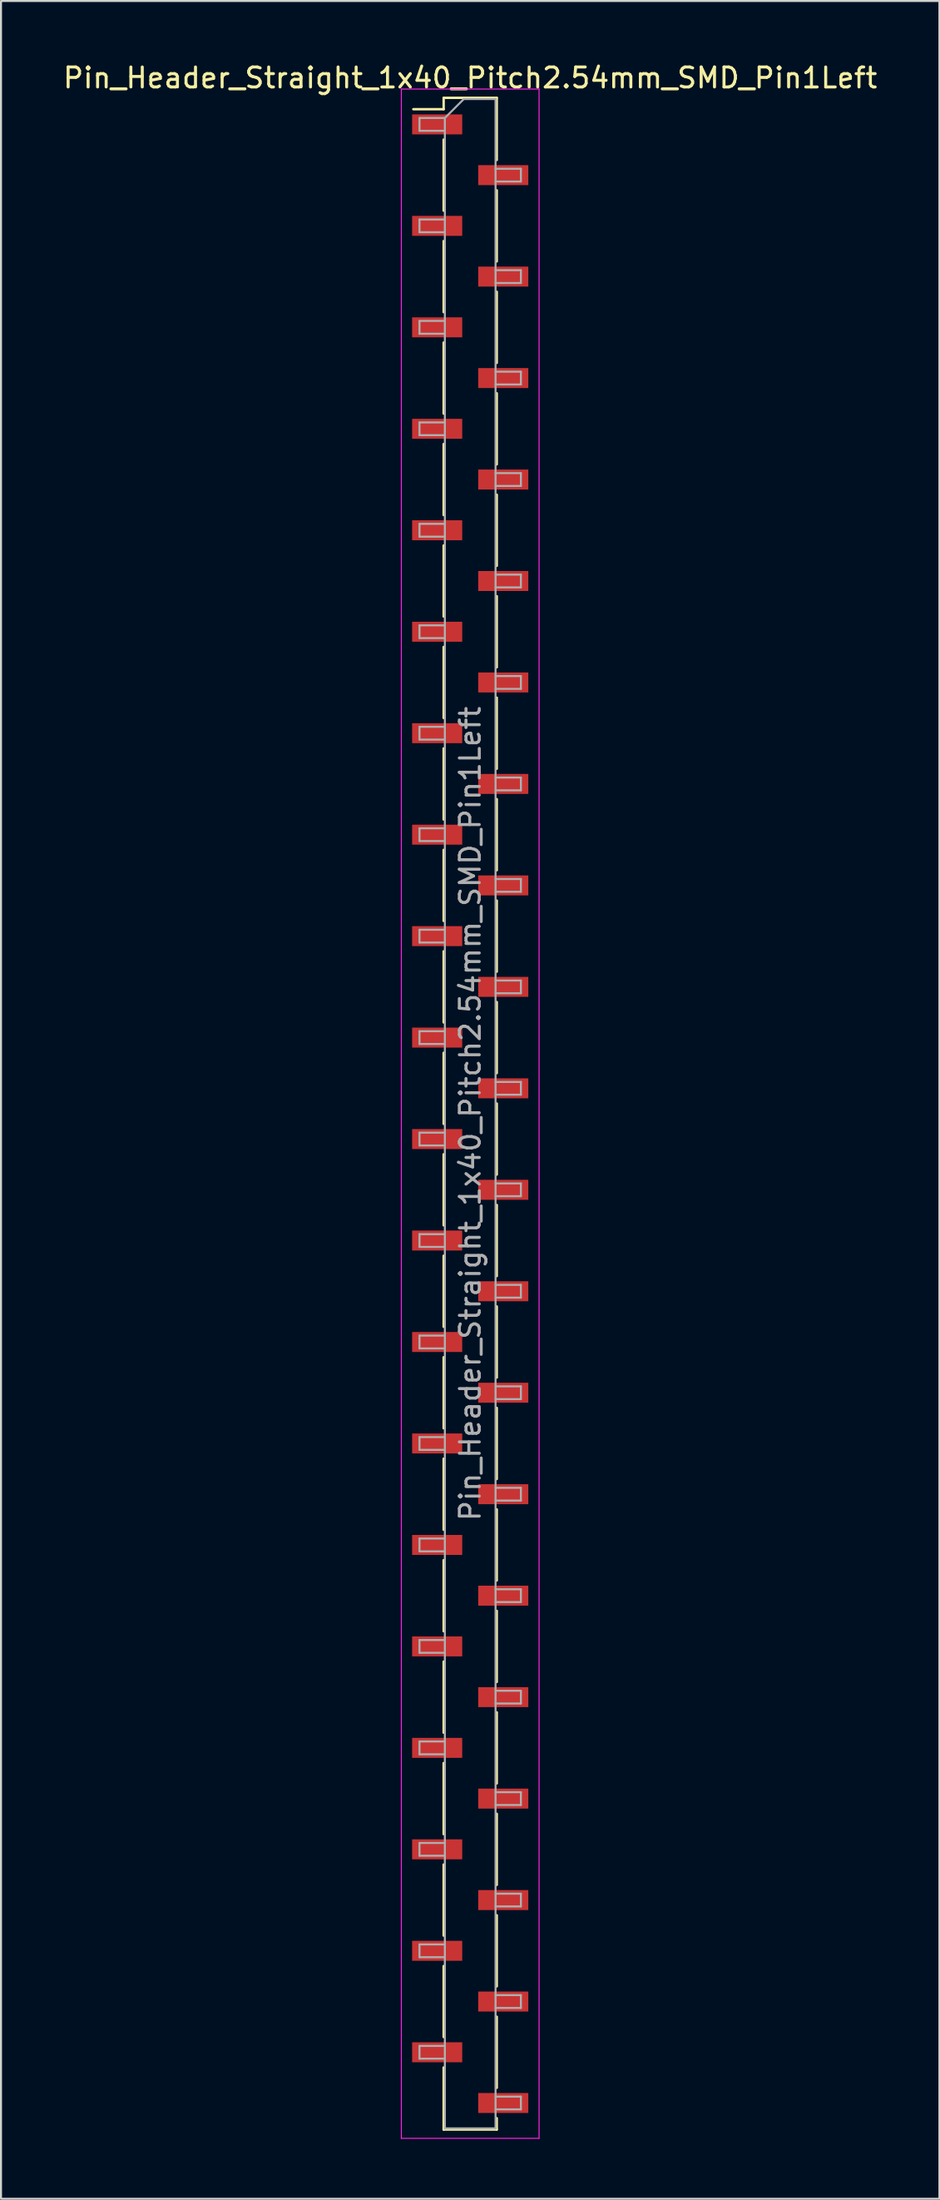
<source format=kicad_pcb>
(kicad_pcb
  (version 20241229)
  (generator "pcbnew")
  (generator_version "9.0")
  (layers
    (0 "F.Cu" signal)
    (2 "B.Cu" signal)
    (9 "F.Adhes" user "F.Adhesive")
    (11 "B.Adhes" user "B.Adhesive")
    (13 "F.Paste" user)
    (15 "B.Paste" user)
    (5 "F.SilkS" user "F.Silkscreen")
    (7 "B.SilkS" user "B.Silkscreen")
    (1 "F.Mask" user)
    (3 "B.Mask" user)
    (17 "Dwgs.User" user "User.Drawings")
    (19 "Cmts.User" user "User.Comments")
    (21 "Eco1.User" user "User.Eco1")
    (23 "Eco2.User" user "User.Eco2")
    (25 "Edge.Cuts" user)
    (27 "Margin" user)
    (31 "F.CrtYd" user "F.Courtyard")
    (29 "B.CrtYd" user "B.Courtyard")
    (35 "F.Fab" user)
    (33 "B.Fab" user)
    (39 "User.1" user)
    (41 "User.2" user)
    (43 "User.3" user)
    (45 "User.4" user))
  (footprint "Pin_Header_Straight_1x40_Pitch2.54mm_SMD_Pin1Left"
    (layer "F.Cu")
    (at 20.506 52.708)
    (property "Reference" "Pin_Header_Straight_1x40_Pitch2.54mm_SMD_Pin1Left" (at 0 -51.86 0) (layer "F.SilkS") (effects (font (size 1 1) (thickness 0.15))))
    (attr smd)
    (fp_line (start -1.33 -50.86) (end -1.33 -50.29) (stroke (width 0.12) (type solid)) (layer "F.SilkS"))
    (fp_line (start -1.33 -50.86) (end 1.33 -50.86) (stroke (width 0.12) (type solid)) (layer "F.SilkS"))
    (fp_line (start -1.33 -50.29) (end -2.85 -50.29) (stroke (width 0.12) (type solid)) (layer "F.SilkS"))
    (fp_line (start -1.33 -48.77) (end -1.33 -45.21) (stroke (width 0.12) (type solid)) (layer "F.SilkS"))
    (fp_line (start -1.33 -43.69) (end -1.33 -40.13) (stroke (width 0.12) (type solid)) (layer "F.SilkS"))
    (fp_line (start -1.33 -38.61) (end -1.33 -35.05) (stroke (width 0.12) (type solid)) (layer "F.SilkS"))
    (fp_line (start -1.33 -33.53) (end -1.33 -29.97) (stroke (width 0.12) (type solid)) (layer "F.SilkS"))
    (fp_line (start -1.33 -28.45) (end -1.33 -24.89) (stroke (width 0.12) (type solid)) (layer "F.SilkS"))
    (fp_line (start -1.33 -23.37) (end -1.33 -19.81) (stroke (width 0.12) (type solid)) (layer "F.SilkS"))
    (fp_line (start -1.33 -18.29) (end -1.33 -14.73) (stroke (width 0.12) (type solid)) (layer "F.SilkS"))
    (fp_line (start -1.33 -13.21) (end -1.33 -9.65) (stroke (width 0.12) (type solid)) (layer "F.SilkS"))
    (fp_line (start -1.33 -8.13) (end -1.33 -4.57) (stroke (width 0.12) (type solid)) (layer "F.SilkS"))
    (fp_line (start -1.33 -3.05) (end -1.33 0.51) (stroke (width 0.12) (type solid)) (layer "F.SilkS"))
    (fp_line (start -1.33 2.03) (end -1.33 5.59) (stroke (width 0.12) (type solid)) (layer "F.SilkS"))
    (fp_line (start -1.33 7.11) (end -1.33 10.67) (stroke (width 0.12) (type solid)) (layer "F.SilkS"))
    (fp_line (start -1.33 12.19) (end -1.33 15.75) (stroke (width 0.12) (type solid)) (layer "F.SilkS"))
    (fp_line (start -1.33 17.27) (end -1.33 20.83) (stroke (width 0.12) (type solid)) (layer "F.SilkS"))
    (fp_line (start -1.33 22.35) (end -1.33 25.91) (stroke (width 0.12) (type solid)) (layer "F.SilkS"))
    (fp_line (start -1.33 27.43) (end -1.33 30.99) (stroke (width 0.12) (type solid)) (layer "F.SilkS"))
    (fp_line (start -1.33 32.51) (end -1.33 36.07) (stroke (width 0.12) (type solid)) (layer "F.SilkS"))
    (fp_line (start -1.33 37.59) (end -1.33 41.15) (stroke (width 0.12) (type solid)) (layer "F.SilkS"))
    (fp_line (start -1.33 42.67) (end -1.33 46.23) (stroke (width 0.12) (type solid)) (layer "F.SilkS"))
    (fp_line (start -1.33 47.75) (end -1.33 50.86) (stroke (width 0.12) (type solid)) (layer "F.SilkS"))
    (fp_line (start -1.33 50.86) (end 1.33 50.86) (stroke (width 0.12) (type solid)) (layer "F.SilkS"))
    (fp_line (start 1.33 -50.86) (end 1.33 -47.75) (stroke (width 0.12) (type solid)) (layer "F.SilkS"))
    (fp_line (start 1.33 -46.23) (end 1.33 -42.67) (stroke (width 0.12) (type solid)) (layer "F.SilkS"))
    (fp_line (start 1.33 -41.15) (end 1.33 -37.59) (stroke (width 0.12) (type solid)) (layer "F.SilkS"))
    (fp_line (start 1.33 -36.07) (end 1.33 -32.51) (stroke (width 0.12) (type solid)) (layer "F.SilkS"))
    (fp_line (start 1.33 -30.99) (end 1.33 -27.43) (stroke (width 0.12) (type solid)) (layer "F.SilkS"))
    (fp_line (start 1.33 -25.91) (end 1.33 -22.35) (stroke (width 0.12) (type solid)) (layer "F.SilkS"))
    (fp_line (start 1.33 -20.83) (end 1.33 -17.27) (stroke (width 0.12) (type solid)) (layer "F.SilkS"))
    (fp_line (start 1.33 -15.75) (end 1.33 -12.19) (stroke (width 0.12) (type solid)) (layer "F.SilkS"))
    (fp_line (start 1.33 -10.67) (end 1.33 -7.11) (stroke (width 0.12) (type solid)) (layer "F.SilkS"))
    (fp_line (start 1.33 -5.59) (end 1.33 -2.03) (stroke (width 0.12) (type solid)) (layer "F.SilkS"))
    (fp_line (start 1.33 -0.51) (end 1.33 3.05) (stroke (width 0.12) (type solid)) (layer "F.SilkS"))
    (fp_line (start 1.33 4.57) (end 1.33 8.13) (stroke (width 0.12) (type solid)) (layer "F.SilkS"))
    (fp_line (start 1.33 9.65) (end 1.33 13.21) (stroke (width 0.12) (type solid)) (layer "F.SilkS"))
    (fp_line (start 1.33 14.73) (end 1.33 18.29) (stroke (width 0.12) (type solid)) (layer "F.SilkS"))
    (fp_line (start 1.33 19.81) (end 1.33 23.37) (stroke (width 0.12) (type solid)) (layer "F.SilkS"))
    (fp_line (start 1.33 24.89) (end 1.33 28.45) (stroke (width 0.12) (type solid)) (layer "F.SilkS"))
    (fp_line (start 1.33 29.97) (end 1.33 33.53) (stroke (width 0.12) (type solid)) (layer "F.SilkS"))
    (fp_line (start 1.33 35.05) (end 1.33 38.61) (stroke (width 0.12) (type solid)) (layer "F.SilkS"))
    (fp_line (start 1.33 40.13) (end 1.33 43.69) (stroke (width 0.12) (type solid)) (layer "F.SilkS"))
    (fp_line (start 1.33 45.21) (end 1.33 48.77) (stroke (width 0.12) (type solid)) (layer "F.SilkS"))
    (fp_line (start 1.33 50.29) (end 1.33 50.86) (stroke (width 0.12) (type solid)) (layer "F.SilkS"))
    (fp_line (start -3.45 -51.3) (end -3.45 51.3) (stroke (width 0.05) (type solid)) (layer "F.CrtYd"))
    (fp_line (start -3.45 51.3) (end 3.45 51.3) (stroke (width 0.05) (type solid)) (layer "F.CrtYd"))
    (fp_line (start 3.45 -51.3) (end -3.45 -51.3) (stroke (width 0.05) (type solid)) (layer "F.CrtYd"))
    (fp_line (start 3.45 51.3) (end 3.45 -51.3) (stroke (width 0.05) (type solid)) (layer "F.CrtYd"))
    (fp_line (start -2.54 -49.85) (end -2.54 -49.21) (stroke (width 0.1) (type solid)) (layer "F.Fab"))
    (fp_line (start -2.54 -49.21) (end -1.27 -49.21) (stroke (width 0.1) (type solid)) (layer "F.Fab"))
    (fp_line (start -2.54 -44.77) (end -2.54 -44.13) (stroke (width 0.1) (type solid)) (layer "F.Fab"))
    (fp_line (start -2.54 -44.13) (end -1.27 -44.13) (stroke (width 0.1) (type solid)) (layer "F.Fab"))
    (fp_line (start -2.54 -39.69) (end -2.54 -39.05) (stroke (width 0.1) (type solid)) (layer "F.Fab"))
    (fp_line (start -2.54 -39.05) (end -1.27 -39.05) (stroke (width 0.1) (type solid)) (layer "F.Fab"))
    (fp_line (start -2.54 -34.61) (end -2.54 -33.97) (stroke (width 0.1) (type solid)) (layer "F.Fab"))
    (fp_line (start -2.54 -33.97) (end -1.27 -33.97) (stroke (width 0.1) (type solid)) (layer "F.Fab"))
    (fp_line (start -2.54 -29.53) (end -2.54 -28.89) (stroke (width 0.1) (type solid)) (layer "F.Fab"))
    (fp_line (start -2.54 -28.89) (end -1.27 -28.89) (stroke (width 0.1) (type solid)) (layer "F.Fab"))
    (fp_line (start -2.54 -24.45) (end -2.54 -23.81) (stroke (width 0.1) (type solid)) (layer "F.Fab"))
    (fp_line (start -2.54 -23.81) (end -1.27 -23.81) (stroke (width 0.1) (type solid)) (layer "F.Fab"))
    (fp_line (start -2.54 -19.37) (end -2.54 -18.73) (stroke (width 0.1) (type solid)) (layer "F.Fab"))
    (fp_line (start -2.54 -18.73) (end -1.27 -18.73) (stroke (width 0.1) (type solid)) (layer "F.Fab"))
    (fp_line (start -2.54 -14.29) (end -2.54 -13.65) (stroke (width 0.1) (type solid)) (layer "F.Fab"))
    (fp_line (start -2.54 -13.65) (end -1.27 -13.65) (stroke (width 0.1) (type solid)) (layer "F.Fab"))
    (fp_line (start -2.54 -9.21) (end -2.54 -8.57) (stroke (width 0.1) (type solid)) (layer "F.Fab"))
    (fp_line (start -2.54 -8.57) (end -1.27 -8.57) (stroke (width 0.1) (type solid)) (layer "F.Fab"))
    (fp_line (start -2.54 -4.13) (end -2.54 -3.49) (stroke (width 0.1) (type solid)) (layer "F.Fab"))
    (fp_line (start -2.54 -3.49) (end -1.27 -3.49) (stroke (width 0.1) (type solid)) (layer "F.Fab"))
    (fp_line (start -2.54 0.95) (end -2.54 1.59) (stroke (width 0.1) (type solid)) (layer "F.Fab"))
    (fp_line (start -2.54 1.59) (end -1.27 1.59) (stroke (width 0.1) (type solid)) (layer "F.Fab"))
    (fp_line (start -2.54 6.03) (end -2.54 6.67) (stroke (width 0.1) (type solid)) (layer "F.Fab"))
    (fp_line (start -2.54 6.67) (end -1.27 6.67) (stroke (width 0.1) (type solid)) (layer "F.Fab"))
    (fp_line (start -2.54 11.11) (end -2.54 11.75) (stroke (width 0.1) (type solid)) (layer "F.Fab"))
    (fp_line (start -2.54 11.75) (end -1.27 11.75) (stroke (width 0.1) (type solid)) (layer "F.Fab"))
    (fp_line (start -2.54 16.19) (end -2.54 16.83) (stroke (width 0.1) (type solid)) (layer "F.Fab"))
    (fp_line (start -2.54 16.83) (end -1.27 16.83) (stroke (width 0.1) (type solid)) (layer "F.Fab"))
    (fp_line (start -2.54 21.27) (end -2.54 21.91) (stroke (width 0.1) (type solid)) (layer "F.Fab"))
    (fp_line (start -2.54 21.91) (end -1.27 21.91) (stroke (width 0.1) (type solid)) (layer "F.Fab"))
    (fp_line (start -2.54 26.35) (end -2.54 26.99) (stroke (width 0.1) (type solid)) (layer "F.Fab"))
    (fp_line (start -2.54 26.99) (end -1.27 26.99) (stroke (width 0.1) (type solid)) (layer "F.Fab"))
    (fp_line (start -2.54 31.43) (end -2.54 32.07) (stroke (width 0.1) (type solid)) (layer "F.Fab"))
    (fp_line (start -2.54 32.07) (end -1.27 32.07) (stroke (width 0.1) (type solid)) (layer "F.Fab"))
    (fp_line (start -2.54 36.51) (end -2.54 37.15) (stroke (width 0.1) (type solid)) (layer "F.Fab"))
    (fp_line (start -2.54 37.15) (end -1.27 37.15) (stroke (width 0.1) (type solid)) (layer "F.Fab"))
    (fp_line (start -2.54 41.59) (end -2.54 42.23) (stroke (width 0.1) (type solid)) (layer "F.Fab"))
    (fp_line (start -2.54 42.23) (end -1.27 42.23) (stroke (width 0.1) (type solid)) (layer "F.Fab"))
    (fp_line (start -2.54 46.67) (end -2.54 47.31) (stroke (width 0.1) (type solid)) (layer "F.Fab"))
    (fp_line (start -2.54 47.31) (end -1.27 47.31) (stroke (width 0.1) (type solid)) (layer "F.Fab"))
    (fp_line (start -1.27 -49.85) (end -2.54 -49.85) (stroke (width 0.1) (type solid)) (layer "F.Fab"))
    (fp_line (start -1.27 -49.85) (end -0.32 -50.8) (stroke (width 0.1) (type solid)) (layer "F.Fab"))
    (fp_line (start -1.27 -44.77) (end -2.54 -44.77) (stroke (width 0.1) (type solid)) (layer "F.Fab"))
    (fp_line (start -1.27 -39.69) (end -2.54 -39.69) (stroke (width 0.1) (type solid)) (layer "F.Fab"))
    (fp_line (start -1.27 -34.61) (end -2.54 -34.61) (stroke (width 0.1) (type solid)) (layer "F.Fab"))
    (fp_line (start -1.27 -29.53) (end -2.54 -29.53) (stroke (width 0.1) (type solid)) (layer "F.Fab"))
    (fp_line (start -1.27 -24.45) (end -2.54 -24.45) (stroke (width 0.1) (type solid)) (layer "F.Fab"))
    (fp_line (start -1.27 -19.37) (end -2.54 -19.37) (stroke (width 0.1) (type solid)) (layer "F.Fab"))
    (fp_line (start -1.27 -14.29) (end -2.54 -14.29) (stroke (width 0.1) (type solid)) (layer "F.Fab"))
    (fp_line (start -1.27 -9.21) (end -2.54 -9.21) (stroke (width 0.1) (type solid)) (layer "F.Fab"))
    (fp_line (start -1.27 -4.13) (end -2.54 -4.13) (stroke (width 0.1) (type solid)) (layer "F.Fab"))
    (fp_line (start -1.27 0.95) (end -2.54 0.95) (stroke (width 0.1) (type solid)) (layer "F.Fab"))
    (fp_line (start -1.27 6.03) (end -2.54 6.03) (stroke (width 0.1) (type solid)) (layer "F.Fab"))
    (fp_line (start -1.27 11.11) (end -2.54 11.11) (stroke (width 0.1) (type solid)) (layer "F.Fab"))
    (fp_line (start -1.27 16.19) (end -2.54 16.19) (stroke (width 0.1) (type solid)) (layer "F.Fab"))
    (fp_line (start -1.27 21.27) (end -2.54 21.27) (stroke (width 0.1) (type solid)) (layer "F.Fab"))
    (fp_line (start -1.27 26.35) (end -2.54 26.35) (stroke (width 0.1) (type solid)) (layer "F.Fab"))
    (fp_line (start -1.27 31.43) (end -2.54 31.43) (stroke (width 0.1) (type solid)) (layer "F.Fab"))
    (fp_line (start -1.27 36.51) (end -2.54 36.51) (stroke (width 0.1) (type solid)) (layer "F.Fab"))
    (fp_line (start -1.27 41.59) (end -2.54 41.59) (stroke (width 0.1) (type solid)) (layer "F.Fab"))
    (fp_line (start -1.27 46.67) (end -2.54 46.67) (stroke (width 0.1) (type solid)) (layer "F.Fab"))
    (fp_line (start -1.27 50.8) (end -1.27 -49.85) (stroke (width 0.1) (type solid)) (layer "F.Fab"))
    (fp_line (start -0.32 -50.8) (end 1.27 -50.8) (stroke (width 0.1) (type solid)) (layer "F.Fab"))
    (fp_line (start 1.27 -50.8) (end 1.27 50.8) (stroke (width 0.1) (type solid)) (layer "F.Fab"))
    (fp_line (start 1.27 -47.31) (end 2.54 -47.31) (stroke (width 0.1) (type solid)) (layer "F.Fab"))
    (fp_line (start 1.27 -42.23) (end 2.54 -42.23) (stroke (width 0.1) (type solid)) (layer "F.Fab"))
    (fp_line (start 1.27 -37.15) (end 2.54 -37.15) (stroke (width 0.1) (type solid)) (layer "F.Fab"))
    (fp_line (start 1.27 -32.07) (end 2.54 -32.07) (stroke (width 0.1) (type solid)) (layer "F.Fab"))
    (fp_line (start 1.27 -26.99) (end 2.54 -26.99) (stroke (width 0.1) (type solid)) (layer "F.Fab"))
    (fp_line (start 1.27 -21.91) (end 2.54 -21.91) (stroke (width 0.1) (type solid)) (layer "F.Fab"))
    (fp_line (start 1.27 -16.83) (end 2.54 -16.83) (stroke (width 0.1) (type solid)) (layer "F.Fab"))
    (fp_line (start 1.27 -11.75) (end 2.54 -11.75) (stroke (width 0.1) (type solid)) (layer "F.Fab"))
    (fp_line (start 1.27 -6.67) (end 2.54 -6.67) (stroke (width 0.1) (type solid)) (layer "F.Fab"))
    (fp_line (start 1.27 -1.59) (end 2.54 -1.59) (stroke (width 0.1) (type solid)) (layer "F.Fab"))
    (fp_line (start 1.27 3.49) (end 2.54 3.49) (stroke (width 0.1) (type solid)) (layer "F.Fab"))
    (fp_line (start 1.27 8.57) (end 2.54 8.57) (stroke (width 0.1) (type solid)) (layer "F.Fab"))
    (fp_line (start 1.27 13.65) (end 2.54 13.65) (stroke (width 0.1) (type solid)) (layer "F.Fab"))
    (fp_line (start 1.27 18.73) (end 2.54 18.73) (stroke (width 0.1) (type solid)) (layer "F.Fab"))
    (fp_line (start 1.27 23.81) (end 2.54 23.81) (stroke (width 0.1) (type solid)) (layer "F.Fab"))
    (fp_line (start 1.27 28.89) (end 2.54 28.89) (stroke (width 0.1) (type solid)) (layer "F.Fab"))
    (fp_line (start 1.27 33.97) (end 2.54 33.97) (stroke (width 0.1) (type solid)) (layer "F.Fab"))
    (fp_line (start 1.27 39.05) (end 2.54 39.05) (stroke (width 0.1) (type solid)) (layer "F.Fab"))
    (fp_line (start 1.27 44.13) (end 2.54 44.13) (stroke (width 0.1) (type solid)) (layer "F.Fab"))
    (fp_line (start 1.27 49.21) (end 2.54 49.21) (stroke (width 0.1) (type solid)) (layer "F.Fab"))
    (fp_line (start 1.27 50.8) (end -1.27 50.8) (stroke (width 0.1) (type solid)) (layer "F.Fab"))
    (fp_line (start 2.54 -47.31) (end 2.54 -46.67) (stroke (width 0.1) (type solid)) (layer "F.Fab"))
    (fp_line (start 2.54 -46.67) (end 1.27 -46.67) (stroke (width 0.1) (type solid)) (layer "F.Fab"))
    (fp_line (start 2.54 -42.23) (end 2.54 -41.59) (stroke (width 0.1) (type solid)) (layer "F.Fab"))
    (fp_line (start 2.54 -41.59) (end 1.27 -41.59) (stroke (width 0.1) (type solid)) (layer "F.Fab"))
    (fp_line (start 2.54 -37.15) (end 2.54 -36.51) (stroke (width 0.1) (type solid)) (layer "F.Fab"))
    (fp_line (start 2.54 -36.51) (end 1.27 -36.51) (stroke (width 0.1) (type solid)) (layer "F.Fab"))
    (fp_line (start 2.54 -32.07) (end 2.54 -31.43) (stroke (width 0.1) (type solid)) (layer "F.Fab"))
    (fp_line (start 2.54 -31.43) (end 1.27 -31.43) (stroke (width 0.1) (type solid)) (layer "F.Fab"))
    (fp_line (start 2.54 -26.99) (end 2.54 -26.35) (stroke (width 0.1) (type solid)) (layer "F.Fab"))
    (fp_line (start 2.54 -26.35) (end 1.27 -26.35) (stroke (width 0.1) (type solid)) (layer "F.Fab"))
    (fp_line (start 2.54 -21.91) (end 2.54 -21.27) (stroke (width 0.1) (type solid)) (layer "F.Fab"))
    (fp_line (start 2.54 -21.27) (end 1.27 -21.27) (stroke (width 0.1) (type solid)) (layer "F.Fab"))
    (fp_line (start 2.54 -16.83) (end 2.54 -16.19) (stroke (width 0.1) (type solid)) (layer "F.Fab"))
    (fp_line (start 2.54 -16.19) (end 1.27 -16.19) (stroke (width 0.1) (type solid)) (layer "F.Fab"))
    (fp_line (start 2.54 -11.75) (end 2.54 -11.11) (stroke (width 0.1) (type solid)) (layer "F.Fab"))
    (fp_line (start 2.54 -11.11) (end 1.27 -11.11) (stroke (width 0.1) (type solid)) (layer "F.Fab"))
    (fp_line (start 2.54 -6.67) (end 2.54 -6.03) (stroke (width 0.1) (type solid)) (layer "F.Fab"))
    (fp_line (start 2.54 -6.03) (end 1.27 -6.03) (stroke (width 0.1) (type solid)) (layer "F.Fab"))
    (fp_line (start 2.54 -1.59) (end 2.54 -0.95) (stroke (width 0.1) (type solid)) (layer "F.Fab"))
    (fp_line (start 2.54 -0.95) (end 1.27 -0.95) (stroke (width 0.1) (type solid)) (layer "F.Fab"))
    (fp_line (start 2.54 3.49) (end 2.54 4.13) (stroke (width 0.1) (type solid)) (layer "F.Fab"))
    (fp_line (start 2.54 4.13) (end 1.27 4.13) (stroke (width 0.1) (type solid)) (layer "F.Fab"))
    (fp_line (start 2.54 8.57) (end 2.54 9.21) (stroke (width 0.1) (type solid)) (layer "F.Fab"))
    (fp_line (start 2.54 9.21) (end 1.27 9.21) (stroke (width 0.1) (type solid)) (layer "F.Fab"))
    (fp_line (start 2.54 13.65) (end 2.54 14.29) (stroke (width 0.1) (type solid)) (layer "F.Fab"))
    (fp_line (start 2.54 14.29) (end 1.27 14.29) (stroke (width 0.1) (type solid)) (layer "F.Fab"))
    (fp_line (start 2.54 18.73) (end 2.54 19.37) (stroke (width 0.1) (type solid)) (layer "F.Fab"))
    (fp_line (start 2.54 19.37) (end 1.27 19.37) (stroke (width 0.1) (type solid)) (layer "F.Fab"))
    (fp_line (start 2.54 23.81) (end 2.54 24.45) (stroke (width 0.1) (type solid)) (layer "F.Fab"))
    (fp_line (start 2.54 24.45) (end 1.27 24.45) (stroke (width 0.1) (type solid)) (layer "F.Fab"))
    (fp_line (start 2.54 28.89) (end 2.54 29.53) (stroke (width 0.1) (type solid)) (layer "F.Fab"))
    (fp_line (start 2.54 29.53) (end 1.27 29.53) (stroke (width 0.1) (type solid)) (layer "F.Fab"))
    (fp_line (start 2.54 33.97) (end 2.54 34.61) (stroke (width 0.1) (type solid)) (layer "F.Fab"))
    (fp_line (start 2.54 34.61) (end 1.27 34.61) (stroke (width 0.1) (type solid)) (layer "F.Fab"))
    (fp_line (start 2.54 39.05) (end 2.54 39.69) (stroke (width 0.1) (type solid)) (layer "F.Fab"))
    (fp_line (start 2.54 39.69) (end 1.27 39.69) (stroke (width 0.1) (type solid)) (layer "F.Fab"))
    (fp_line (start 2.54 44.13) (end 2.54 44.77) (stroke (width 0.1) (type solid)) (layer "F.Fab"))
    (fp_line (start 2.54 44.77) (end 1.27 44.77) (stroke (width 0.1) (type solid)) (layer "F.Fab"))
    (fp_line (start 2.54 49.21) (end 2.54 49.85) (stroke (width 0.1) (type solid)) (layer "F.Fab"))
    (fp_line (start 2.54 49.85) (end 1.27 49.85) (stroke (width 0.1) (type solid)) (layer "F.Fab"))
    (fp_text user "${REFERENCE}" (at 0 0 90) (layer "F.Fab") (effects (font (size 1 1) (thickness 0.15))))
    (pad "1" smd rect (at -1.655 -49.53) (size 2.51 1) (layers "F.Cu" "F.Mask" "F.Paste"))
    (pad "2" smd rect (at 1.655 -46.99) (size 2.51 1) (layers "F.Cu" "F.Mask" "F.Paste"))
    (pad "3" smd rect (at -1.655 -44.45) (size 2.51 1) (layers "F.Cu" "F.Mask" "F.Paste"))
    (pad "4" smd rect (at 1.655 -41.91) (size 2.51 1) (layers "F.Cu" "F.Mask" "F.Paste"))
    (pad "5" smd rect (at -1.655 -39.37) (size 2.51 1) (layers "F.Cu" "F.Mask" "F.Paste"))
    (pad "6" smd rect (at 1.655 -36.83) (size 2.51 1) (layers "F.Cu" "F.Mask" "F.Paste"))
    (pad "7" smd rect (at -1.655 -34.29) (size 2.51 1) (layers "F.Cu" "F.Mask" "F.Paste"))
    (pad "8" smd rect (at 1.655 -31.75) (size 2.51 1) (layers "F.Cu" "F.Mask" "F.Paste"))
    (pad "9" smd rect (at -1.655 -29.21) (size 2.51 1) (layers "F.Cu" "F.Mask" "F.Paste"))
    (pad "10" smd rect (at 1.655 -26.67) (size 2.51 1) (layers "F.Cu" "F.Mask" "F.Paste"))
    (pad "11" smd rect (at -1.655 -24.13) (size 2.51 1) (layers "F.Cu" "F.Mask" "F.Paste"))
    (pad "12" smd rect (at 1.655 -21.59) (size 2.51 1) (layers "F.Cu" "F.Mask" "F.Paste"))
    (pad "13" smd rect (at -1.655 -19.05) (size 2.51 1) (layers "F.Cu" "F.Mask" "F.Paste"))
    (pad "14" smd rect (at 1.655 -16.51) (size 2.51 1) (layers "F.Cu" "F.Mask" "F.Paste"))
    (pad "15" smd rect (at -1.655 -13.97) (size 2.51 1) (layers "F.Cu" "F.Mask" "F.Paste"))
    (pad "16" smd rect (at 1.655 -11.43) (size 2.51 1) (layers "F.Cu" "F.Mask" "F.Paste"))
    (pad "17" smd rect (at -1.655 -8.89) (size 2.51 1) (layers "F.Cu" "F.Mask" "F.Paste"))
    (pad "18" smd rect (at 1.655 -6.35) (size 2.51 1) (layers "F.Cu" "F.Mask" "F.Paste"))
    (pad "19" smd rect (at -1.655 -3.81) (size 2.51 1) (layers "F.Cu" "F.Mask" "F.Paste"))
    (pad "20" smd rect (at 1.655 -1.27) (size 2.51 1) (layers "F.Cu" "F.Mask" "F.Paste"))
    (pad "21" smd rect (at -1.655 1.27) (size 2.51 1) (layers "F.Cu" "F.Mask" "F.Paste"))
    (pad "22" smd rect (at 1.655 3.81) (size 2.51 1) (layers "F.Cu" "F.Mask" "F.Paste"))
    (pad "23" smd rect (at -1.655 6.35) (size 2.51 1) (layers "F.Cu" "F.Mask" "F.Paste"))
    (pad "24" smd rect (at 1.655 8.89) (size 2.51 1) (layers "F.Cu" "F.Mask" "F.Paste"))
    (pad "25" smd rect (at -1.655 11.43) (size 2.51 1) (layers "F.Cu" "F.Mask" "F.Paste"))
    (pad "26" smd rect (at 1.655 13.97) (size 2.51 1) (layers "F.Cu" "F.Mask" "F.Paste"))
    (pad "27" smd rect (at -1.655 16.51) (size 2.51 1) (layers "F.Cu" "F.Mask" "F.Paste"))
    (pad "28" smd rect (at 1.655 19.05) (size 2.51 1) (layers "F.Cu" "F.Mask" "F.Paste"))
    (pad "29" smd rect (at -1.655 21.59) (size 2.51 1) (layers "F.Cu" "F.Mask" "F.Paste"))
    (pad "30" smd rect (at 1.655 24.13) (size 2.51 1) (layers "F.Cu" "F.Mask" "F.Paste"))
    (pad "31" smd rect (at -1.655 26.67) (size 2.51 1) (layers "F.Cu" "F.Mask" "F.Paste"))
    (pad "32" smd rect (at 1.655 29.21) (size 2.51 1) (layers "F.Cu" "F.Mask" "F.Paste"))
    (pad "33" smd rect (at -1.655 31.75) (size 2.51 1) (layers "F.Cu" "F.Mask" "F.Paste"))
    (pad "34" smd rect (at 1.655 34.29) (size 2.51 1) (layers "F.Cu" "F.Mask" "F.Paste"))
    (pad "35" smd rect (at -1.655 36.83) (size 2.51 1) (layers "F.Cu" "F.Mask" "F.Paste"))
    (pad "36" smd rect (at 1.655 39.37) (size 2.51 1) (layers "F.Cu" "F.Mask" "F.Paste"))
    (pad "37" smd rect (at -1.655 41.91) (size 2.51 1) (layers "F.Cu" "F.Mask" "F.Paste"))
    (pad "38" smd rect (at 1.655 44.45) (size 2.51 1) (layers "F.Cu" "F.Mask" "F.Paste"))
    (pad "39" smd rect (at -1.655 46.99) (size 2.51 1) (layers "F.Cu" "F.Mask" "F.Paste"))
    (pad "40" smd rect (at 1.655 49.53) (size 2.51 1) (layers "F.Cu" "F.Mask" "F.Paste")))
  (gr_rect
    (start -3 -3)
    (end 44.012 107.033)
    (stroke (width 0.1) (type default))
    (fill no)
    (layer "Edge.Cuts")))
</source>
